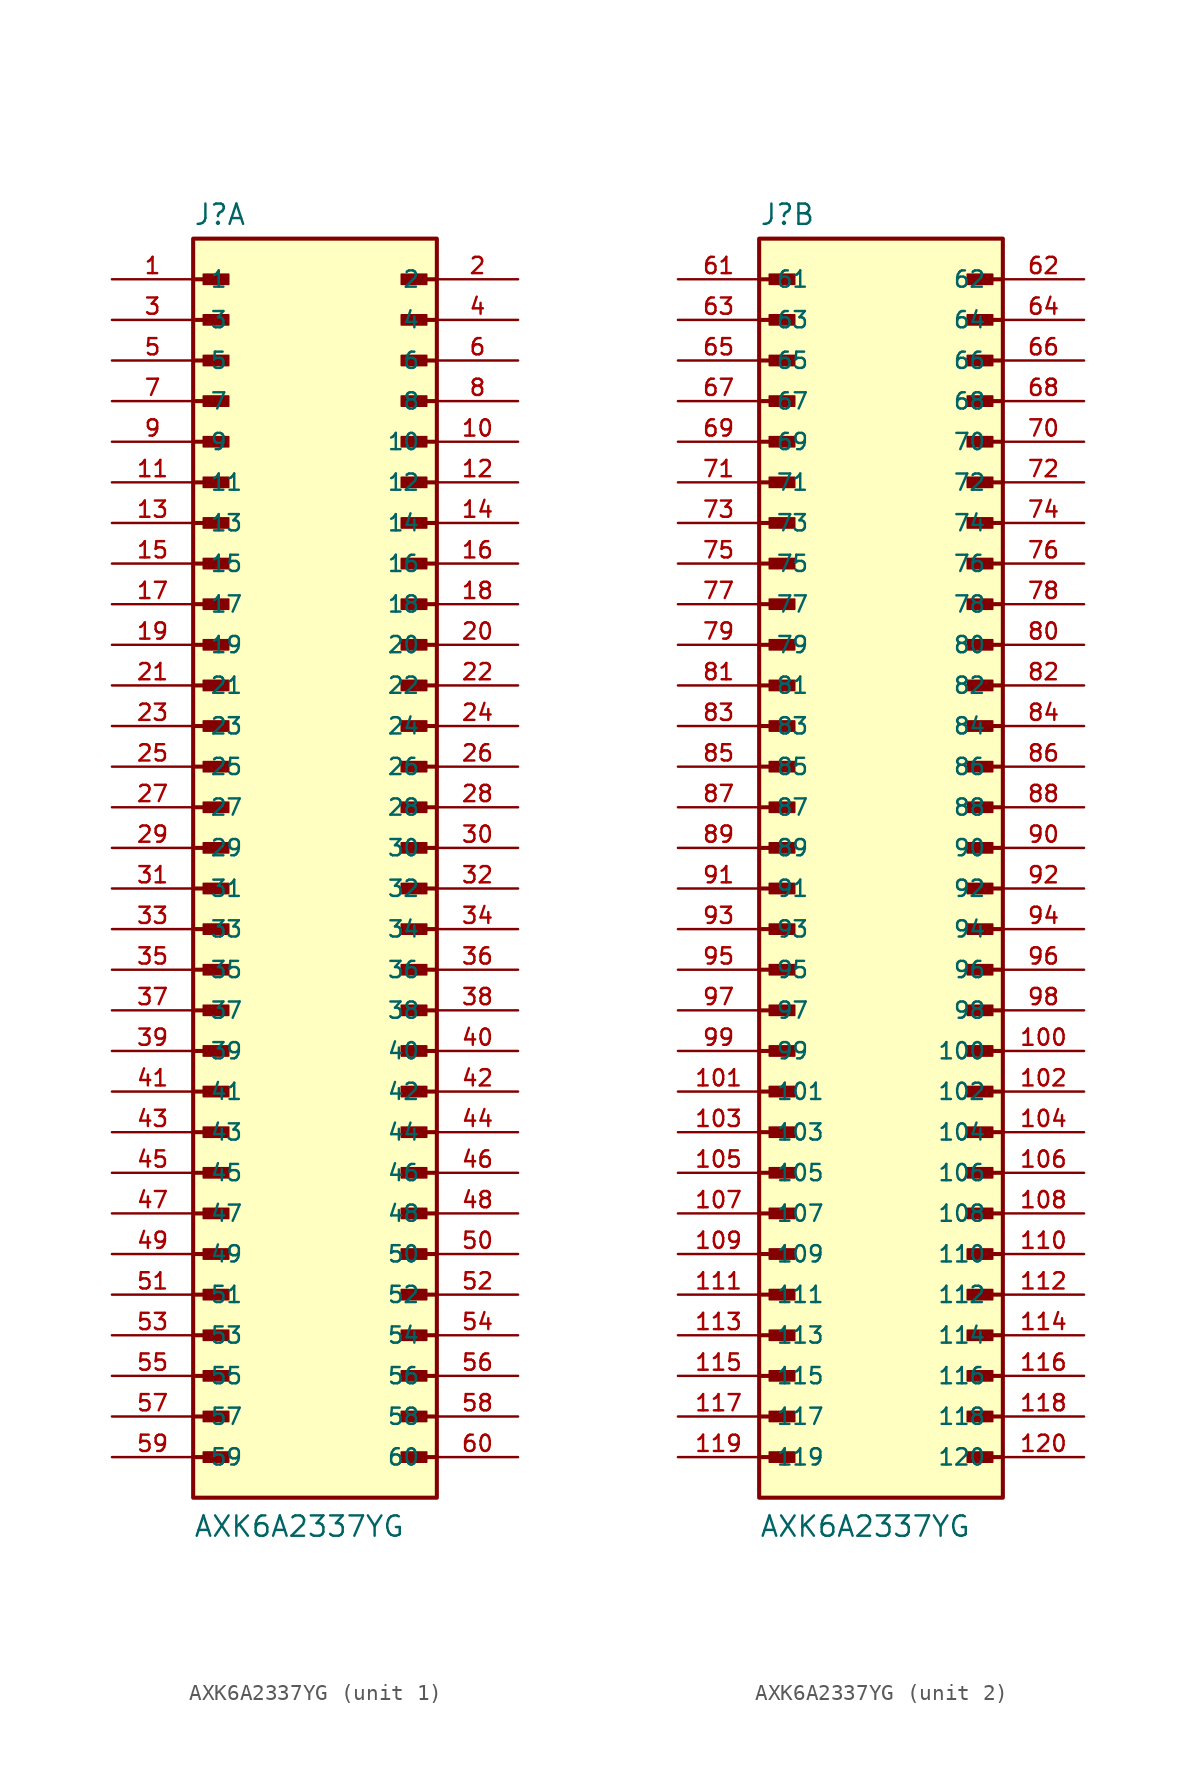
<source format=kicad_sym>
(kicad_symbol_lib
  (version 20231120)
  (generator "kicad_symbol_editor")
  (generator_version "8.0")
  (symbol "AXK6A2337YG"
    (pin_names
      (offset 1.016))
    (property "Reference" "J"
      (at -7.62 38.862 0)
      (effects (font (size 1.27 1.27)) (justify left bottom)))
    (property "Value" "AXK6A2337YG"
      (at -7.62 -43.18 0)
      (effects (font (size 1.27 1.27)) (justify left bottom)))
    (symbol "AXK6A2337YG_1_0"
      (rectangle (start -7.62 -40.64) (end 7.62 38.1) (stroke (width 0.254) (type default)) (fill (type background)))
      (rectangle (start -6.985 -38.417) (end -5.397 -37.782) (stroke (width 0.1) (type default)) (fill (type outline)))
      (rectangle (start -6.985 -35.877) (end -5.397 -35.242) (stroke (width 0.1) (type default)) (fill (type outline)))
      (rectangle (start -6.985 -33.337) (end -5.397 -32.703) (stroke (width 0.1) (type default)) (fill (type outline)))
      (rectangle (start -6.985 -30.797) (end -5.397 -30.163) (stroke (width 0.1) (type default)) (fill (type outline)))
      (rectangle (start -6.985 -28.258) (end -5.397 -27.622) (stroke (width 0.1) (type default)) (fill (type outline)))
      (rectangle (start -6.985 -25.718) (end -5.397 -25.082) (stroke (width 0.1) (type default)) (fill (type outline)))
      (rectangle (start -6.985 -23.177) (end -5.397 -22.543) (stroke (width 0.1) (type default)) (fill (type outline)))
      (rectangle (start -6.985 -20.637) (end -5.397 -20.003) (stroke (width 0.1) (type default)) (fill (type outline)))
      (rectangle (start -6.985 -18.098) (end -5.397 -17.462) (stroke (width 0.1) (type default)) (fill (type outline)))
      (rectangle (start -6.985 -15.557) (end -5.397 -14.922) (stroke (width 0.1) (type default)) (fill (type outline)))
      (rectangle (start -6.985 -13.018) (end -5.397 -12.383) (stroke (width 0.1) (type default)) (fill (type outline)))
      (rectangle (start -6.985 -10.477) (end -5.397 -9.842) (stroke (width 0.1) (type default)) (fill (type outline)))
      (rectangle (start -6.985 -7.938) (end -5.397 -7.303) (stroke (width 0.1) (type default)) (fill (type outline)))
      (rectangle (start -6.985 -5.397) (end -5.397 -4.763) (stroke (width 0.1) (type default)) (fill (type outline)))
      (rectangle (start -6.985 -2.857) (end -5.397 -2.223) (stroke (width 0.1) (type default)) (fill (type outline)))
      (rectangle (start -6.985 -0.318) (end -5.397 0.318) (stroke (width 0.1) (type default)) (fill (type outline)))
      (rectangle (start -6.985 2.223) (end -5.397 2.857) (stroke (width 0.1) (type default)) (fill (type outline)))
      (rectangle (start -6.985 4.763) (end -5.397 5.397) (stroke (width 0.1) (type default)) (fill (type outline)))
      (rectangle (start -6.985 7.303) (end -5.397 7.938) (stroke (width 0.1) (type default)) (fill (type outline)))
      (rectangle (start -6.985 9.842) (end -5.397 10.477) (stroke (width 0.1) (type default)) (fill (type outline)))
      (rectangle (start -6.985 12.383) (end -5.397 13.018) (stroke (width 0.1) (type default)) (fill (type outline)))
      (rectangle (start -6.985 14.922) (end -5.397 15.557) (stroke (width 0.1) (type default)) (fill (type outline)))
      (rectangle (start -6.985 17.462) (end -5.397 18.098) (stroke (width 0.1) (type default)) (fill (type outline)))
      (rectangle (start -6.985 20.003) (end -5.397 20.637) (stroke (width 0.1) (type default)) (fill (type outline)))
      (rectangle (start -6.985 22.543) (end -5.397 23.177) (stroke (width 0.1) (type default)) (fill (type outline)))
      (rectangle (start -6.985 25.082) (end -5.397 25.718) (stroke (width 0.1) (type default)) (fill (type outline)))
      (rectangle (start -6.985 27.622) (end -5.397 28.258) (stroke (width 0.1) (type default)) (fill (type outline)))
      (rectangle (start -6.985 30.163) (end -5.397 30.797) (stroke (width 0.1) (type default)) (fill (type outline)))
      (rectangle (start -6.985 32.703) (end -5.397 33.337) (stroke (width 0.1) (type default)) (fill (type outline)))
      (rectangle (start -6.985 35.242) (end -5.397 35.877) (stroke (width 0.1) (type default)) (fill (type outline)))
      (polyline (pts (xy -7.62 -38.1) (xy -5.715 -38.1)) (stroke (width 0.254) (type default)) (fill (type none)))
      (polyline (pts (xy -7.62 -35.56) (xy -5.715 -35.56)) (stroke (width 0.254) (type default)) (fill (type none)))
      (polyline (pts (xy -7.62 -33.02) (xy -5.715 -33.02)) (stroke (width 0.254) (type default)) (fill (type none)))
      (polyline (pts (xy -7.62 -30.48) (xy -5.715 -30.48)) (stroke (width 0.254) (type default)) (fill (type none)))
      (polyline (pts (xy -7.62 -27.94) (xy -5.715 -27.94)) (stroke (width 0.254) (type default)) (fill (type none)))
      (polyline (pts (xy -7.62 -25.4) (xy -5.715 -25.4)) (stroke (width 0.254) (type default)) (fill (type none)))
      (polyline (pts (xy -7.62 -22.86) (xy -5.715 -22.86)) (stroke (width 0.254) (type default)) (fill (type none)))
      (polyline (pts (xy -7.62 -20.32) (xy -5.715 -20.32)) (stroke (width 0.254) (type default)) (fill (type none)))
      (polyline (pts (xy -7.62 -17.78) (xy -5.715 -17.78)) (stroke (width 0.254) (type default)) (fill (type none)))
      (polyline (pts (xy -7.62 -15.24) (xy -5.715 -15.24)) (stroke (width 0.254) (type default)) (fill (type none)))
      (polyline (pts (xy -7.62 -12.7) (xy -5.715 -12.7)) (stroke (width 0.254) (type default)) (fill (type none)))
      (polyline (pts (xy -7.62 -10.16) (xy -5.715 -10.16)) (stroke (width 0.254) (type default)) (fill (type none)))
      (polyline (pts (xy -7.62 -7.62) (xy -5.715 -7.62)) (stroke (width 0.254) (type default)) (fill (type none)))
      (polyline (pts (xy -7.62 -5.08) (xy -5.715 -5.08)) (stroke (width 0.254) (type default)) (fill (type none)))
      (polyline (pts (xy -7.62 -2.54) (xy -5.715 -2.54)) (stroke (width 0.254) (type default)) (fill (type none)))
      (polyline (pts (xy -7.62 0) (xy -5.715 0)) (stroke (width 0.254) (type default)) (fill (type none)))
      (polyline (pts (xy -7.62 2.54) (xy -5.715 2.54)) (stroke (width 0.254) (type default)) (fill (type none)))
      (polyline (pts (xy -7.62 5.08) (xy -5.715 5.08)) (stroke (width 0.254) (type default)) (fill (type none)))
      (polyline (pts (xy -7.62 7.62) (xy -5.715 7.62)) (stroke (width 0.254) (type default)) (fill (type none)))
      (polyline (pts (xy -7.62 10.16) (xy -5.715 10.16)) (stroke (width 0.254) (type default)) (fill (type none)))
      (polyline (pts (xy -7.62 12.7) (xy -5.715 12.7)) (stroke (width 0.254) (type default)) (fill (type none)))
      (polyline (pts (xy -7.62 15.24) (xy -5.715 15.24)) (stroke (width 0.254) (type default)) (fill (type none)))
      (polyline (pts (xy -7.62 17.78) (xy -5.715 17.78)) (stroke (width 0.254) (type default)) (fill (type none)))
      (polyline (pts (xy -7.62 20.32) (xy -5.715 20.32)) (stroke (width 0.254) (type default)) (fill (type none)))
      (polyline (pts (xy -7.62 22.86) (xy -5.715 22.86)) (stroke (width 0.254) (type default)) (fill (type none)))
      (polyline (pts (xy -7.62 25.4) (xy -5.715 25.4)) (stroke (width 0.254) (type default)) (fill (type none)))
      (polyline (pts (xy -7.62 27.94) (xy -5.715 27.94)) (stroke (width 0.254) (type default)) (fill (type none)))
      (polyline (pts (xy -7.62 30.48) (xy -5.715 30.48)) (stroke (width 0.254) (type default)) (fill (type none)))
      (polyline (pts (xy -7.62 33.02) (xy -5.715 33.02)) (stroke (width 0.254) (type default)) (fill (type none)))
      (polyline (pts (xy -7.62 35.56) (xy -5.715 35.56)) (stroke (width 0.254) (type default)) (fill (type none)))
      (polyline (pts (xy 7.62 -38.1) (xy 5.715 -38.1)) (stroke (width 0.254) (type default)) (fill (type none)))
      (polyline (pts (xy 7.62 -35.56) (xy 5.715 -35.56)) (stroke (width 0.254) (type default)) (fill (type none)))
      (polyline (pts (xy 7.62 -33.02) (xy 5.715 -33.02)) (stroke (width 0.254) (type default)) (fill (type none)))
      (polyline (pts (xy 7.62 -30.48) (xy 5.715 -30.48)) (stroke (width 0.254) (type default)) (fill (type none)))
      (polyline (pts (xy 7.62 -27.94) (xy 5.715 -27.94)) (stroke (width 0.254) (type default)) (fill (type none)))
      (polyline (pts (xy 7.62 -25.4) (xy 5.715 -25.4)) (stroke (width 0.254) (type default)) (fill (type none)))
      (polyline (pts (xy 7.62 -22.86) (xy 5.715 -22.86)) (stroke (width 0.254) (type default)) (fill (type none)))
      (polyline (pts (xy 7.62 -20.32) (xy 5.715 -20.32)) (stroke (width 0.254) (type default)) (fill (type none)))
      (polyline (pts (xy 7.62 -17.78) (xy 5.715 -17.78)) (stroke (width 0.254) (type default)) (fill (type none)))
      (polyline (pts (xy 7.62 -15.24) (xy 5.715 -15.24)) (stroke (width 0.254) (type default)) (fill (type none)))
      (polyline (pts (xy 7.62 -12.7) (xy 5.715 -12.7)) (stroke (width 0.254) (type default)) (fill (type none)))
      (polyline (pts (xy 7.62 -10.16) (xy 5.715 -10.16)) (stroke (width 0.254) (type default)) (fill (type none)))
      (polyline (pts (xy 7.62 -7.62) (xy 5.715 -7.62)) (stroke (width 0.254) (type default)) (fill (type none)))
      (polyline (pts (xy 7.62 -5.08) (xy 5.715 -5.08)) (stroke (width 0.254) (type default)) (fill (type none)))
      (polyline (pts (xy 7.62 -2.54) (xy 5.715 -2.54)) (stroke (width 0.254) (type default)) (fill (type none)))
      (polyline (pts (xy 7.62 0) (xy 5.715 0)) (stroke (width 0.254) (type default)) (fill (type none)))
      (polyline (pts (xy 7.62 2.54) (xy 5.715 2.54)) (stroke (width 0.254) (type default)) (fill (type none)))
      (polyline (pts (xy 7.62 5.08) (xy 5.715 5.08)) (stroke (width 0.254) (type default)) (fill (type none)))
      (polyline (pts (xy 7.62 7.62) (xy 5.715 7.62)) (stroke (width 0.254) (type default)) (fill (type none)))
      (polyline (pts (xy 7.62 10.16) (xy 5.715 10.16)) (stroke (width 0.254) (type default)) (fill (type none)))
      (polyline (pts (xy 7.62 12.7) (xy 5.715 12.7)) (stroke (width 0.254) (type default)) (fill (type none)))
      (polyline (pts (xy 7.62 15.24) (xy 5.715 15.24)) (stroke (width 0.254) (type default)) (fill (type none)))
      (polyline (pts (xy 7.62 17.78) (xy 5.715 17.78)) (stroke (width 0.254) (type default)) (fill (type none)))
      (polyline (pts (xy 7.62 20.32) (xy 5.715 20.32)) (stroke (width 0.254) (type default)) (fill (type none)))
      (polyline (pts (xy 7.62 22.86) (xy 5.715 22.86)) (stroke (width 0.254) (type default)) (fill (type none)))
      (polyline (pts (xy 7.62 25.4) (xy 5.715 25.4)) (stroke (width 0.254) (type default)) (fill (type none)))
      (polyline (pts (xy 7.62 27.94) (xy 5.715 27.94)) (stroke (width 0.254) (type default)) (fill (type none)))
      (polyline (pts (xy 7.62 30.48) (xy 5.715 30.48)) (stroke (width 0.254) (type default)) (fill (type none)))
      (polyline (pts (xy 7.62 33.02) (xy 5.715 33.02)) (stroke (width 0.254) (type default)) (fill (type none)))
      (polyline (pts (xy 7.62 35.56) (xy 5.715 35.56)) (stroke (width 0.254) (type default)) (fill (type none)))
      (rectangle (start 5.397 -38.417) (end 6.985 -37.782) (stroke (width 0.1) (type default)) (fill (type outline)))
      (rectangle (start 5.397 -35.877) (end 6.985 -35.242) (stroke (width 0.1) (type default)) (fill (type outline)))
      (rectangle (start 5.397 -33.337) (end 6.985 -32.703) (stroke (width 0.1) (type default)) (fill (type outline)))
      (rectangle (start 5.397 -30.797) (end 6.985 -30.163) (stroke (width 0.1) (type default)) (fill (type outline)))
      (rectangle (start 5.397 -28.258) (end 6.985 -27.622) (stroke (width 0.1) (type default)) (fill (type outline)))
      (rectangle (start 5.397 -25.718) (end 6.985 -25.082) (stroke (width 0.1) (type default)) (fill (type outline)))
      (rectangle (start 5.397 -23.177) (end 6.985 -22.543) (stroke (width 0.1) (type default)) (fill (type outline)))
      (rectangle (start 5.397 -20.637) (end 6.985 -20.003) (stroke (width 0.1) (type default)) (fill (type outline)))
      (rectangle (start 5.397 -18.098) (end 6.985 -17.462) (stroke (width 0.1) (type default)) (fill (type outline)))
      (rectangle (start 5.397 -15.557) (end 6.985 -14.922) (stroke (width 0.1) (type default)) (fill (type outline)))
      (rectangle (start 5.397 -13.018) (end 6.985 -12.383) (stroke (width 0.1) (type default)) (fill (type outline)))
      (rectangle (start 5.397 -10.477) (end 6.985 -9.842) (stroke (width 0.1) (type default)) (fill (type outline)))
      (rectangle (start 5.397 -7.938) (end 6.985 -7.303) (stroke (width 0.1) (type default)) (fill (type outline)))
      (rectangle (start 5.397 -5.397) (end 6.985 -4.763) (stroke (width 0.1) (type default)) (fill (type outline)))
      (rectangle (start 5.397 -2.857) (end 6.985 -2.223) (stroke (width 0.1) (type default)) (fill (type outline)))
      (rectangle (start 5.397 -0.318) (end 6.985 0.318) (stroke (width 0.1) (type default)) (fill (type outline)))
      (rectangle (start 5.397 2.223) (end 6.985 2.857) (stroke (width 0.1) (type default)) (fill (type outline)))
      (rectangle (start 5.397 4.763) (end 6.985 5.397) (stroke (width 0.1) (type default)) (fill (type outline)))
      (rectangle (start 5.397 7.303) (end 6.985 7.938) (stroke (width 0.1) (type default)) (fill (type outline)))
      (rectangle (start 5.397 9.842) (end 6.985 10.477) (stroke (width 0.1) (type default)) (fill (type outline)))
      (rectangle (start 5.397 12.383) (end 6.985 13.018) (stroke (width 0.1) (type default)) (fill (type outline)))
      (rectangle (start 5.397 14.922) (end 6.985 15.557) (stroke (width 0.1) (type default)) (fill (type outline)))
      (rectangle (start 5.397 17.462) (end 6.985 18.098) (stroke (width 0.1) (type default)) (fill (type outline)))
      (rectangle (start 5.397 20.003) (end 6.985 20.637) (stroke (width 0.1) (type default)) (fill (type outline)))
      (rectangle (start 5.397 22.543) (end 6.985 23.177) (stroke (width 0.1) (type default)) (fill (type outline)))
      (rectangle (start 5.397 25.082) (end 6.985 25.718) (stroke (width 0.1) (type default)) (fill (type outline)))
      (rectangle (start 5.397 27.622) (end 6.985 28.258) (stroke (width 0.1) (type default)) (fill (type outline)))
      (rectangle (start 5.397 30.163) (end 6.985 30.797) (stroke (width 0.1) (type default)) (fill (type outline)))
      (rectangle (start 5.397 32.703) (end 6.985 33.337) (stroke (width 0.1) (type default)) (fill (type outline)))
      (rectangle (start 5.397 35.242) (end 6.985 35.877) (stroke (width 0.1) (type default)) (fill (type outline)))
      (pin passive line (at -12.7 35.56 0) (length 5.08) (name "1" (effects (font (size 1.016 1.016)))) (number "1" (effects (font (size 1.016 1.016)))))
      (pin passive line (at 12.7 25.4 180) (length 5.08) (name "10" (effects (font (size 1.016 1.016)))) (number "10" (effects (font (size 1.016 1.016)))))
      (pin passive line (at -12.7 22.86 0) (length 5.08) (name "11" (effects (font (size 1.016 1.016)))) (number "11" (effects (font (size 1.016 1.016)))))
      (pin passive line (at 12.7 22.86 180) (length 5.08) (name "12" (effects (font (size 1.016 1.016)))) (number "12" (effects (font (size 1.016 1.016)))))
      (pin passive line (at -12.7 20.32 0) (length 5.08) (name "13" (effects (font (size 1.016 1.016)))) (number "13" (effects (font (size 1.016 1.016)))))
      (pin passive line (at 12.7 20.32 180) (length 5.08) (name "14" (effects (font (size 1.016 1.016)))) (number "14" (effects (font (size 1.016 1.016)))))
      (pin passive line (at -12.7 17.78 0) (length 5.08) (name "15" (effects (font (size 1.016 1.016)))) (number "15" (effects (font (size 1.016 1.016)))))
      (pin passive line (at 12.7 17.78 180) (length 5.08) (name "16" (effects (font (size 1.016 1.016)))) (number "16" (effects (font (size 1.016 1.016)))))
      (pin passive line (at -12.7 15.24 0) (length 5.08) (name "17" (effects (font (size 1.016 1.016)))) (number "17" (effects (font (size 1.016 1.016)))))
      (pin passive line (at 12.7 15.24 180) (length 5.08) (name "18" (effects (font (size 1.016 1.016)))) (number "18" (effects (font (size 1.016 1.016)))))
      (pin passive line (at -12.7 12.7 0) (length 5.08) (name "19" (effects (font (size 1.016 1.016)))) (number "19" (effects (font (size 1.016 1.016)))))
      (pin passive line (at 12.7 35.56 180) (length 5.08) (name "2" (effects (font (size 1.016 1.016)))) (number "2" (effects (font (size 1.016 1.016)))))
      (pin passive line (at 12.7 12.7 180) (length 5.08) (name "20" (effects (font (size 1.016 1.016)))) (number "20" (effects (font (size 1.016 1.016)))))
      (pin passive line (at -12.7 10.16 0) (length 5.08) (name "21" (effects (font (size 1.016 1.016)))) (number "21" (effects (font (size 1.016 1.016)))))
      (pin passive line (at 12.7 10.16 180) (length 5.08) (name "22" (effects (font (size 1.016 1.016)))) (number "22" (effects (font (size 1.016 1.016)))))
      (pin passive line (at -12.7 7.62 0) (length 5.08) (name "23" (effects (font (size 1.016 1.016)))) (number "23" (effects (font (size 1.016 1.016)))))
      (pin passive line (at 12.7 7.62 180) (length 5.08) (name "24" (effects (font (size 1.016 1.016)))) (number "24" (effects (font (size 1.016 1.016)))))
      (pin passive line (at -12.7 5.08 0) (length 5.08) (name "25" (effects (font (size 1.016 1.016)))) (number "25" (effects (font (size 1.016 1.016)))))
      (pin passive line (at 12.7 5.08 180) (length 5.08) (name "26" (effects (font (size 1.016 1.016)))) (number "26" (effects (font (size 1.016 1.016)))))
      (pin passive line (at -12.7 2.54 0) (length 5.08) (name "27" (effects (font (size 1.016 1.016)))) (number "27" (effects (font (size 1.016 1.016)))))
      (pin passive line (at 12.7 2.54 180) (length 5.08) (name "28" (effects (font (size 1.016 1.016)))) (number "28" (effects (font (size 1.016 1.016)))))
      (pin passive line (at -12.7 0 0) (length 5.08) (name "29" (effects (font (size 1.016 1.016)))) (number "29" (effects (font (size 1.016 1.016)))))
      (pin passive line (at -12.7 33.02 0) (length 5.08) (name "3" (effects (font (size 1.016 1.016)))) (number "3" (effects (font (size 1.016 1.016)))))
      (pin passive line (at 12.7 0 180) (length 5.08) (name "30" (effects (font (size 1.016 1.016)))) (number "30" (effects (font (size 1.016 1.016)))))
      (pin passive line (at -12.7 -2.54 0) (length 5.08) (name "31" (effects (font (size 1.016 1.016)))) (number "31" (effects (font (size 1.016 1.016)))))
      (pin passive line (at 12.7 -2.54 180) (length 5.08) (name "32" (effects (font (size 1.016 1.016)))) (number "32" (effects (font (size 1.016 1.016)))))
      (pin passive line (at -12.7 -5.08 0) (length 5.08) (name "33" (effects (font (size 1.016 1.016)))) (number "33" (effects (font (size 1.016 1.016)))))
      (pin passive line (at 12.7 -5.08 180) (length 5.08) (name "34" (effects (font (size 1.016 1.016)))) (number "34" (effects (font (size 1.016 1.016)))))
      (pin passive line (at -12.7 -7.62 0) (length 5.08) (name "35" (effects (font (size 1.016 1.016)))) (number "35" (effects (font (size 1.016 1.016)))))
      (pin passive line (at 12.7 -7.62 180) (length 5.08) (name "36" (effects (font (size 1.016 1.016)))) (number "36" (effects (font (size 1.016 1.016)))))
      (pin passive line (at -12.7 -10.16 0) (length 5.08) (name "37" (effects (font (size 1.016 1.016)))) (number "37" (effects (font (size 1.016 1.016)))))
      (pin passive line (at 12.7 -10.16 180) (length 5.08) (name "38" (effects (font (size 1.016 1.016)))) (number "38" (effects (font (size 1.016 1.016)))))
      (pin passive line (at -12.7 -12.7 0) (length 5.08) (name "39" (effects (font (size 1.016 1.016)))) (number "39" (effects (font (size 1.016 1.016)))))
      (pin passive line (at 12.7 33.02 180) (length 5.08) (name "4" (effects (font (size 1.016 1.016)))) (number "4" (effects (font (size 1.016 1.016)))))
      (pin passive line (at 12.7 -12.7 180) (length 5.08) (name "40" (effects (font (size 1.016 1.016)))) (number "40" (effects (font (size 1.016 1.016)))))
      (pin passive line (at -12.7 -15.24 0) (length 5.08) (name "41" (effects (font (size 1.016 1.016)))) (number "41" (effects (font (size 1.016 1.016)))))
      (pin passive line (at 12.7 -15.24 180) (length 5.08) (name "42" (effects (font (size 1.016 1.016)))) (number "42" (effects (font (size 1.016 1.016)))))
      (pin passive line (at -12.7 -17.78 0) (length 5.08) (name "43" (effects (font (size 1.016 1.016)))) (number "43" (effects (font (size 1.016 1.016)))))
      (pin passive line (at 12.7 -17.78 180) (length 5.08) (name "44" (effects (font (size 1.016 1.016)))) (number "44" (effects (font (size 1.016 1.016)))))
      (pin passive line (at -12.7 -20.32 0) (length 5.08) (name "45" (effects (font (size 1.016 1.016)))) (number "45" (effects (font (size 1.016 1.016)))))
      (pin passive line (at 12.7 -20.32 180) (length 5.08) (name "46" (effects (font (size 1.016 1.016)))) (number "46" (effects (font (size 1.016 1.016)))))
      (pin passive line (at -12.7 -22.86 0) (length 5.08) (name "47" (effects (font (size 1.016 1.016)))) (number "47" (effects (font (size 1.016 1.016)))))
      (pin passive line (at 12.7 -22.86 180) (length 5.08) (name "48" (effects (font (size 1.016 1.016)))) (number "48" (effects (font (size 1.016 1.016)))))
      (pin passive line (at -12.7 -25.4 0) (length 5.08) (name "49" (effects (font (size 1.016 1.016)))) (number "49" (effects (font (size 1.016 1.016)))))
      (pin passive line (at -12.7 30.48 0) (length 5.08) (name "5" (effects (font (size 1.016 1.016)))) (number "5" (effects (font (size 1.016 1.016)))))
      (pin passive line (at 12.7 -25.4 180) (length 5.08) (name "50" (effects (font (size 1.016 1.016)))) (number "50" (effects (font (size 1.016 1.016)))))
      (pin passive line (at -12.7 -27.94 0) (length 5.08) (name "51" (effects (font (size 1.016 1.016)))) (number "51" (effects (font (size 1.016 1.016)))))
      (pin passive line (at 12.7 -27.94 180) (length 5.08) (name "52" (effects (font (size 1.016 1.016)))) (number "52" (effects (font (size 1.016 1.016)))))
      (pin passive line (at -12.7 -30.48 0) (length 5.08) (name "53" (effects (font (size 1.016 1.016)))) (number "53" (effects (font (size 1.016 1.016)))))
      (pin passive line (at 12.7 -30.48 180) (length 5.08) (name "54" (effects (font (size 1.016 1.016)))) (number "54" (effects (font (size 1.016 1.016)))))
      (pin passive line (at -12.7 -33.02 0) (length 5.08) (name "55" (effects (font (size 1.016 1.016)))) (number "55" (effects (font (size 1.016 1.016)))))
      (pin passive line (at 12.7 -33.02 180) (length 5.08) (name "56" (effects (font (size 1.016 1.016)))) (number "56" (effects (font (size 1.016 1.016)))))
      (pin passive line (at -12.7 -35.56 0) (length 5.08) (name "57" (effects (font (size 1.016 1.016)))) (number "57" (effects (font (size 1.016 1.016)))))
      (pin passive line (at 12.7 -35.56 180) (length 5.08) (name "58" (effects (font (size 1.016 1.016)))) (number "58" (effects (font (size 1.016 1.016)))))
      (pin passive line (at -12.7 -38.1 0) (length 5.08) (name "59" (effects (font (size 1.016 1.016)))) (number "59" (effects (font (size 1.016 1.016)))))
      (pin passive line (at 12.7 30.48 180) (length 5.08) (name "6" (effects (font (size 1.016 1.016)))) (number "6" (effects (font (size 1.016 1.016)))))
      (pin passive line (at 12.7 -38.1 180) (length 5.08) (name "60" (effects (font (size 1.016 1.016)))) (number "60" (effects (font (size 1.016 1.016)))))
      (pin passive line (at -12.7 27.94 0) (length 5.08) (name "7" (effects (font (size 1.016 1.016)))) (number "7" (effects (font (size 1.016 1.016)))))
      (pin passive line (at 12.7 27.94 180) (length 5.08) (name "8" (effects (font (size 1.016 1.016)))) (number "8" (effects (font (size 1.016 1.016)))))
      (pin passive line (at -12.7 25.4 0) (length 5.08) (name "9" (effects (font (size 1.016 1.016)))) (number "9" (effects (font (size 1.016 1.016))))))
    (symbol "AXK6A2337YG_2_0"
      (rectangle (start -7.62 -40.64) (end 7.62 38.1) (stroke (width 0.254) (type default)) (fill (type background)))
      (rectangle (start -6.985 -38.417) (end -5.397 -37.782) (stroke (width 0.1) (type default)) (fill (type outline)))
      (rectangle (start -6.985 -35.877) (end -5.397 -35.242) (stroke (width 0.1) (type default)) (fill (type outline)))
      (rectangle (start -6.985 -33.337) (end -5.397 -32.703) (stroke (width 0.1) (type default)) (fill (type outline)))
      (rectangle (start -6.985 -30.797) (end -5.397 -30.163) (stroke (width 0.1) (type default)) (fill (type outline)))
      (rectangle (start -6.985 -28.258) (end -5.397 -27.622) (stroke (width 0.1) (type default)) (fill (type outline)))
      (rectangle (start -6.985 -25.718) (end -5.397 -25.082) (stroke (width 0.1) (type default)) (fill (type outline)))
      (rectangle (start -6.985 -23.177) (end -5.397 -22.543) (stroke (width 0.1) (type default)) (fill (type outline)))
      (rectangle (start -6.985 -20.637) (end -5.397 -20.003) (stroke (width 0.1) (type default)) (fill (type outline)))
      (rectangle (start -6.985 -18.098) (end -5.397 -17.462) (stroke (width 0.1) (type default)) (fill (type outline)))
      (rectangle (start -6.985 -15.557) (end -5.397 -14.922) (stroke (width 0.1) (type default)) (fill (type outline)))
      (rectangle (start -6.985 -13.018) (end -5.397 -12.383) (stroke (width 0.1) (type default)) (fill (type outline)))
      (rectangle (start -6.985 -10.477) (end -5.397 -9.842) (stroke (width 0.1) (type default)) (fill (type outline)))
      (rectangle (start -6.985 -7.938) (end -5.397 -7.303) (stroke (width 0.1) (type default)) (fill (type outline)))
      (rectangle (start -6.985 -5.397) (end -5.397 -4.763) (stroke (width 0.1) (type default)) (fill (type outline)))
      (rectangle (start -6.985 -2.857) (end -5.397 -2.223) (stroke (width 0.1) (type default)) (fill (type outline)))
      (rectangle (start -6.985 -0.318) (end -5.397 0.318) (stroke (width 0.1) (type default)) (fill (type outline)))
      (rectangle (start -6.985 2.223) (end -5.397 2.857) (stroke (width 0.1) (type default)) (fill (type outline)))
      (rectangle (start -6.985 4.763) (end -5.397 5.397) (stroke (width 0.1) (type default)) (fill (type outline)))
      (rectangle (start -6.985 7.303) (end -5.397 7.938) (stroke (width 0.1) (type default)) (fill (type outline)))
      (rectangle (start -6.985 9.842) (end -5.397 10.477) (stroke (width 0.1) (type default)) (fill (type outline)))
      (rectangle (start -6.985 12.383) (end -5.397 13.018) (stroke (width 0.1) (type default)) (fill (type outline)))
      (rectangle (start -6.985 14.922) (end -5.397 15.557) (stroke (width 0.1) (type default)) (fill (type outline)))
      (rectangle (start -6.985 17.462) (end -5.397 18.098) (stroke (width 0.1) (type default)) (fill (type outline)))
      (rectangle (start -6.985 20.003) (end -5.397 20.637) (stroke (width 0.1) (type default)) (fill (type outline)))
      (rectangle (start -6.985 22.543) (end -5.397 23.177) (stroke (width 0.1) (type default)) (fill (type outline)))
      (rectangle (start -6.985 25.082) (end -5.397 25.718) (stroke (width 0.1) (type default)) (fill (type outline)))
      (rectangle (start -6.985 27.622) (end -5.397 28.258) (stroke (width 0.1) (type default)) (fill (type outline)))
      (rectangle (start -6.985 30.163) (end -5.397 30.797) (stroke (width 0.1) (type default)) (fill (type outline)))
      (rectangle (start -6.985 32.703) (end -5.397 33.337) (stroke (width 0.1) (type default)) (fill (type outline)))
      (rectangle (start -6.985 35.242) (end -5.397 35.877) (stroke (width 0.1) (type default)) (fill (type outline)))
      (polyline (pts (xy -7.62 -38.1) (xy -5.715 -38.1)) (stroke (width 0.254) (type default)) (fill (type none)))
      (polyline (pts (xy -7.62 -35.56) (xy -5.715 -35.56)) (stroke (width 0.254) (type default)) (fill (type none)))
      (polyline (pts (xy -7.62 -33.02) (xy -5.715 -33.02)) (stroke (width 0.254) (type default)) (fill (type none)))
      (polyline (pts (xy -7.62 -30.48) (xy -5.715 -30.48)) (stroke (width 0.254) (type default)) (fill (type none)))
      (polyline (pts (xy -7.62 -27.94) (xy -5.715 -27.94)) (stroke (width 0.254) (type default)) (fill (type none)))
      (polyline (pts (xy -7.62 -25.4) (xy -5.715 -25.4)) (stroke (width 0.254) (type default)) (fill (type none)))
      (polyline (pts (xy -7.62 -22.86) (xy -5.715 -22.86)) (stroke (width 0.254) (type default)) (fill (type none)))
      (polyline (pts (xy -7.62 -20.32) (xy -5.715 -20.32)) (stroke (width 0.254) (type default)) (fill (type none)))
      (polyline (pts (xy -7.62 -17.78) (xy -5.715 -17.78)) (stroke (width 0.254) (type default)) (fill (type none)))
      (polyline (pts (xy -7.62 -15.24) (xy -5.715 -15.24)) (stroke (width 0.254) (type default)) (fill (type none)))
      (polyline (pts (xy -7.62 -12.7) (xy -5.715 -12.7)) (stroke (width 0.254) (type default)) (fill (type none)))
      (polyline (pts (xy -7.62 -10.16) (xy -5.715 -10.16)) (stroke (width 0.254) (type default)) (fill (type none)))
      (polyline (pts (xy -7.62 -7.62) (xy -5.715 -7.62)) (stroke (width 0.254) (type default)) (fill (type none)))
      (polyline (pts (xy -7.62 -5.08) (xy -5.715 -5.08)) (stroke (width 0.254) (type default)) (fill (type none)))
      (polyline (pts (xy -7.62 -2.54) (xy -5.715 -2.54)) (stroke (width 0.254) (type default)) (fill (type none)))
      (polyline (pts (xy -7.62 0) (xy -5.715 0)) (stroke (width 0.254) (type default)) (fill (type none)))
      (polyline (pts (xy -7.62 2.54) (xy -5.715 2.54)) (stroke (width 0.254) (type default)) (fill (type none)))
      (polyline (pts (xy -7.62 5.08) (xy -5.715 5.08)) (stroke (width 0.254) (type default)) (fill (type none)))
      (polyline (pts (xy -7.62 7.62) (xy -5.715 7.62)) (stroke (width 0.254) (type default)) (fill (type none)))
      (polyline (pts (xy -7.62 10.16) (xy -5.715 10.16)) (stroke (width 0.254) (type default)) (fill (type none)))
      (polyline (pts (xy -7.62 12.7) (xy -5.715 12.7)) (stroke (width 0.254) (type default)) (fill (type none)))
      (polyline (pts (xy -7.62 15.24) (xy -5.715 15.24)) (stroke (width 0.254) (type default)) (fill (type none)))
      (polyline (pts (xy -7.62 17.78) (xy -5.715 17.78)) (stroke (width 0.254) (type default)) (fill (type none)))
      (polyline (pts (xy -7.62 20.32) (xy -5.715 20.32)) (stroke (width 0.254) (type default)) (fill (type none)))
      (polyline (pts (xy -7.62 22.86) (xy -5.715 22.86)) (stroke (width 0.254) (type default)) (fill (type none)))
      (polyline (pts (xy -7.62 25.4) (xy -5.715 25.4)) (stroke (width 0.254) (type default)) (fill (type none)))
      (polyline (pts (xy -7.62 27.94) (xy -5.715 27.94)) (stroke (width 0.254) (type default)) (fill (type none)))
      (polyline (pts (xy -7.62 30.48) (xy -5.715 30.48)) (stroke (width 0.254) (type default)) (fill (type none)))
      (polyline (pts (xy -7.62 33.02) (xy -5.715 33.02)) (stroke (width 0.254) (type default)) (fill (type none)))
      (polyline (pts (xy -7.62 35.56) (xy -5.715 35.56)) (stroke (width 0.254) (type default)) (fill (type none)))
      (polyline (pts (xy 7.62 -38.1) (xy 5.715 -38.1)) (stroke (width 0.254) (type default)) (fill (type none)))
      (polyline (pts (xy 7.62 -35.56) (xy 5.715 -35.56)) (stroke (width 0.254) (type default)) (fill (type none)))
      (polyline (pts (xy 7.62 -33.02) (xy 5.715 -33.02)) (stroke (width 0.254) (type default)) (fill (type none)))
      (polyline (pts (xy 7.62 -30.48) (xy 5.715 -30.48)) (stroke (width 0.254) (type default)) (fill (type none)))
      (polyline (pts (xy 7.62 -27.94) (xy 5.715 -27.94)) (stroke (width 0.254) (type default)) (fill (type none)))
      (polyline (pts (xy 7.62 -25.4) (xy 5.715 -25.4)) (stroke (width 0.254) (type default)) (fill (type none)))
      (polyline (pts (xy 7.62 -22.86) (xy 5.715 -22.86)) (stroke (width 0.254) (type default)) (fill (type none)))
      (polyline (pts (xy 7.62 -20.32) (xy 5.715 -20.32)) (stroke (width 0.254) (type default)) (fill (type none)))
      (polyline (pts (xy 7.62 -17.78) (xy 5.715 -17.78)) (stroke (width 0.254) (type default)) (fill (type none)))
      (polyline (pts (xy 7.62 -15.24) (xy 5.715 -15.24)) (stroke (width 0.254) (type default)) (fill (type none)))
      (polyline (pts (xy 7.62 -12.7) (xy 5.715 -12.7)) (stroke (width 0.254) (type default)) (fill (type none)))
      (polyline (pts (xy 7.62 -10.16) (xy 5.715 -10.16)) (stroke (width 0.254) (type default)) (fill (type none)))
      (polyline (pts (xy 7.62 -7.62) (xy 5.715 -7.62)) (stroke (width 0.254) (type default)) (fill (type none)))
      (polyline (pts (xy 7.62 -5.08) (xy 5.715 -5.08)) (stroke (width 0.254) (type default)) (fill (type none)))
      (polyline (pts (xy 7.62 -2.54) (xy 5.715 -2.54)) (stroke (width 0.254) (type default)) (fill (type none)))
      (polyline (pts (xy 7.62 0) (xy 5.715 0)) (stroke (width 0.254) (type default)) (fill (type none)))
      (polyline (pts (xy 7.62 2.54) (xy 5.715 2.54)) (stroke (width 0.254) (type default)) (fill (type none)))
      (polyline (pts (xy 7.62 5.08) (xy 5.715 5.08)) (stroke (width 0.254) (type default)) (fill (type none)))
      (polyline (pts (xy 7.62 7.62) (xy 5.715 7.62)) (stroke (width 0.254) (type default)) (fill (type none)))
      (polyline (pts (xy 7.62 10.16) (xy 5.715 10.16)) (stroke (width 0.254) (type default)) (fill (type none)))
      (polyline (pts (xy 7.62 12.7) (xy 5.715 12.7)) (stroke (width 0.254) (type default)) (fill (type none)))
      (polyline (pts (xy 7.62 15.24) (xy 5.715 15.24)) (stroke (width 0.254) (type default)) (fill (type none)))
      (polyline (pts (xy 7.62 17.78) (xy 5.715 17.78)) (stroke (width 0.254) (type default)) (fill (type none)))
      (polyline (pts (xy 7.62 20.32) (xy 5.715 20.32)) (stroke (width 0.254) (type default)) (fill (type none)))
      (polyline (pts (xy 7.62 22.86) (xy 5.715 22.86)) (stroke (width 0.254) (type default)) (fill (type none)))
      (polyline (pts (xy 7.62 25.4) (xy 5.715 25.4)) (stroke (width 0.254) (type default)) (fill (type none)))
      (polyline (pts (xy 7.62 27.94) (xy 5.715 27.94)) (stroke (width 0.254) (type default)) (fill (type none)))
      (polyline (pts (xy 7.62 30.48) (xy 5.715 30.48)) (stroke (width 0.254) (type default)) (fill (type none)))
      (polyline (pts (xy 7.62 33.02) (xy 5.715 33.02)) (stroke (width 0.254) (type default)) (fill (type none)))
      (polyline (pts (xy 7.62 35.56) (xy 5.715 35.56)) (stroke (width 0.254) (type default)) (fill (type none)))
      (rectangle (start 5.397 -38.417) (end 6.985 -37.782) (stroke (width 0.1) (type default)) (fill (type outline)))
      (rectangle (start 5.397 -35.877) (end 6.985 -35.242) (stroke (width 0.1) (type default)) (fill (type outline)))
      (rectangle (start 5.397 -33.337) (end 6.985 -32.703) (stroke (width 0.1) (type default)) (fill (type outline)))
      (rectangle (start 5.397 -30.797) (end 6.985 -30.163) (stroke (width 0.1) (type default)) (fill (type outline)))
      (rectangle (start 5.397 -28.258) (end 6.985 -27.622) (stroke (width 0.1) (type default)) (fill (type outline)))
      (rectangle (start 5.397 -25.718) (end 6.985 -25.082) (stroke (width 0.1) (type default)) (fill (type outline)))
      (rectangle (start 5.397 -23.177) (end 6.985 -22.543) (stroke (width 0.1) (type default)) (fill (type outline)))
      (rectangle (start 5.397 -20.637) (end 6.985 -20.003) (stroke (width 0.1) (type default)) (fill (type outline)))
      (rectangle (start 5.397 -18.098) (end 6.985 -17.462) (stroke (width 0.1) (type default)) (fill (type outline)))
      (rectangle (start 5.397 -15.557) (end 6.985 -14.922) (stroke (width 0.1) (type default)) (fill (type outline)))
      (rectangle (start 5.397 -13.018) (end 6.985 -12.383) (stroke (width 0.1) (type default)) (fill (type outline)))
      (rectangle (start 5.397 -10.477) (end 6.985 -9.842) (stroke (width 0.1) (type default)) (fill (type outline)))
      (rectangle (start 5.397 -7.938) (end 6.985 -7.303) (stroke (width 0.1) (type default)) (fill (type outline)))
      (rectangle (start 5.397 -5.397) (end 6.985 -4.763) (stroke (width 0.1) (type default)) (fill (type outline)))
      (rectangle (start 5.397 -2.857) (end 6.985 -2.223) (stroke (width 0.1) (type default)) (fill (type outline)))
      (rectangle (start 5.397 -0.318) (end 6.985 0.318) (stroke (width 0.1) (type default)) (fill (type outline)))
      (rectangle (start 5.397 2.223) (end 6.985 2.857) (stroke (width 0.1) (type default)) (fill (type outline)))
      (rectangle (start 5.397 4.763) (end 6.985 5.397) (stroke (width 0.1) (type default)) (fill (type outline)))
      (rectangle (start 5.397 7.303) (end 6.985 7.938) (stroke (width 0.1) (type default)) (fill (type outline)))
      (rectangle (start 5.397 9.842) (end 6.985 10.477) (stroke (width 0.1) (type default)) (fill (type outline)))
      (rectangle (start 5.397 12.383) (end 6.985 13.018) (stroke (width 0.1) (type default)) (fill (type outline)))
      (rectangle (start 5.397 14.922) (end 6.985 15.557) (stroke (width 0.1) (type default)) (fill (type outline)))
      (rectangle (start 5.397 17.462) (end 6.985 18.098) (stroke (width 0.1) (type default)) (fill (type outline)))
      (rectangle (start 5.397 20.003) (end 6.985 20.637) (stroke (width 0.1) (type default)) (fill (type outline)))
      (rectangle (start 5.397 22.543) (end 6.985 23.177) (stroke (width 0.1) (type default)) (fill (type outline)))
      (rectangle (start 5.397 25.082) (end 6.985 25.718) (stroke (width 0.1) (type default)) (fill (type outline)))
      (rectangle (start 5.397 27.622) (end 6.985 28.258) (stroke (width 0.1) (type default)) (fill (type outline)))
      (rectangle (start 5.397 30.163) (end 6.985 30.797) (stroke (width 0.1) (type default)) (fill (type outline)))
      (rectangle (start 5.397 32.703) (end 6.985 33.337) (stroke (width 0.1) (type default)) (fill (type outline)))
      (rectangle (start 5.397 35.242) (end 6.985 35.877) (stroke (width 0.1) (type default)) (fill (type outline)))
      (pin passive line (at 12.7 -12.7 180) (length 5.08) (name "100" (effects (font (size 1.016 1.016)))) (number "100" (effects (font (size 1.016 1.016)))))
      (pin passive line (at -12.7 -15.24 0) (length 5.08) (name "101" (effects (font (size 1.016 1.016)))) (number "101" (effects (font (size 1.016 1.016)))))
      (pin passive line (at 12.7 -15.24 180) (length 5.08) (name "102" (effects (font (size 1.016 1.016)))) (number "102" (effects (font (size 1.016 1.016)))))
      (pin passive line (at -12.7 -17.78 0) (length 5.08) (name "103" (effects (font (size 1.016 1.016)))) (number "103" (effects (font (size 1.016 1.016)))))
      (pin passive line (at 12.7 -17.78 180) (length 5.08) (name "104" (effects (font (size 1.016 1.016)))) (number "104" (effects (font (size 1.016 1.016)))))
      (pin passive line (at -12.7 -20.32 0) (length 5.08) (name "105" (effects (font (size 1.016 1.016)))) (number "105" (effects (font (size 1.016 1.016)))))
      (pin passive line (at 12.7 -20.32 180) (length 5.08) (name "106" (effects (font (size 1.016 1.016)))) (number "106" (effects (font (size 1.016 1.016)))))
      (pin passive line (at -12.7 -22.86 0) (length 5.08) (name "107" (effects (font (size 1.016 1.016)))) (number "107" (effects (font (size 1.016 1.016)))))
      (pin passive line (at 12.7 -22.86 180) (length 5.08) (name "108" (effects (font (size 1.016 1.016)))) (number "108" (effects (font (size 1.016 1.016)))))
      (pin passive line (at -12.7 -25.4 0) (length 5.08) (name "109" (effects (font (size 1.016 1.016)))) (number "109" (effects (font (size 1.016 1.016)))))
      (pin passive line (at 12.7 -25.4 180) (length 5.08) (name "110" (effects (font (size 1.016 1.016)))) (number "110" (effects (font (size 1.016 1.016)))))
      (pin passive line (at -12.7 -27.94 0) (length 5.08) (name "111" (effects (font (size 1.016 1.016)))) (number "111" (effects (font (size 1.016 1.016)))))
      (pin passive line (at 12.7 -27.94 180) (length 5.08) (name "112" (effects (font (size 1.016 1.016)))) (number "112" (effects (font (size 1.016 1.016)))))
      (pin passive line (at -12.7 -30.48 0) (length 5.08) (name "113" (effects (font (size 1.016 1.016)))) (number "113" (effects (font (size 1.016 1.016)))))
      (pin passive line (at 12.7 -30.48 180) (length 5.08) (name "114" (effects (font (size 1.016 1.016)))) (number "114" (effects (font (size 1.016 1.016)))))
      (pin passive line (at -12.7 -33.02 0) (length 5.08) (name "115" (effects (font (size 1.016 1.016)))) (number "115" (effects (font (size 1.016 1.016)))))
      (pin passive line (at 12.7 -33.02 180) (length 5.08) (name "116" (effects (font (size 1.016 1.016)))) (number "116" (effects (font (size 1.016 1.016)))))
      (pin passive line (at -12.7 -35.56 0) (length 5.08) (name "117" (effects (font (size 1.016 1.016)))) (number "117" (effects (font (size 1.016 1.016)))))
      (pin passive line (at 12.7 -35.56 180) (length 5.08) (name "118" (effects (font (size 1.016 1.016)))) (number "118" (effects (font (size 1.016 1.016)))))
      (pin passive line (at -12.7 -38.1 0) (length 5.08) (name "119" (effects (font (size 1.016 1.016)))) (number "119" (effects (font (size 1.016 1.016)))))
      (pin passive line (at 12.7 -38.1 180) (length 5.08) (name "120" (effects (font (size 1.016 1.016)))) (number "120" (effects (font (size 1.016 1.016)))))
      (pin passive line (at -12.7 35.56 0) (length 5.08) (name "61" (effects (font (size 1.016 1.016)))) (number "61" (effects (font (size 1.016 1.016)))))
      (pin passive line (at 12.7 35.56 180) (length 5.08) (name "62" (effects (font (size 1.016 1.016)))) (number "62" (effects (font (size 1.016 1.016)))))
      (pin passive line (at -12.7 33.02 0) (length 5.08) (name "63" (effects (font (size 1.016 1.016)))) (number "63" (effects (font (size 1.016 1.016)))))
      (pin passive line (at 12.7 33.02 180) (length 5.08) (name "64" (effects (font (size 1.016 1.016)))) (number "64" (effects (font (size 1.016 1.016)))))
      (pin passive line (at -12.7 30.48 0) (length 5.08) (name "65" (effects (font (size 1.016 1.016)))) (number "65" (effects (font (size 1.016 1.016)))))
      (pin passive line (at 12.7 30.48 180) (length 5.08) (name "66" (effects (font (size 1.016 1.016)))) (number "66" (effects (font (size 1.016 1.016)))))
      (pin passive line (at -12.7 27.94 0) (length 5.08) (name "67" (effects (font (size 1.016 1.016)))) (number "67" (effects (font (size 1.016 1.016)))))
      (pin passive line (at 12.7 27.94 180) (length 5.08) (name "68" (effects (font (size 1.016 1.016)))) (number "68" (effects (font (size 1.016 1.016)))))
      (pin passive line (at -12.7 25.4 0) (length 5.08) (name "69" (effects (font (size 1.016 1.016)))) (number "69" (effects (font (size 1.016 1.016)))))
      (pin passive line (at 12.7 25.4 180) (length 5.08) (name "70" (effects (font (size 1.016 1.016)))) (number "70" (effects (font (size 1.016 1.016)))))
      (pin passive line (at -12.7 22.86 0) (length 5.08) (name "71" (effects (font (size 1.016 1.016)))) (number "71" (effects (font (size 1.016 1.016)))))
      (pin passive line (at 12.7 22.86 180) (length 5.08) (name "72" (effects (font (size 1.016 1.016)))) (number "72" (effects (font (size 1.016 1.016)))))
      (pin passive line (at -12.7 20.32 0) (length 5.08) (name "73" (effects (font (size 1.016 1.016)))) (number "73" (effects (font (size 1.016 1.016)))))
      (pin passive line (at 12.7 20.32 180) (length 5.08) (name "74" (effects (font (size 1.016 1.016)))) (number "74" (effects (font (size 1.016 1.016)))))
      (pin passive line (at -12.7 17.78 0) (length 5.08) (name "75" (effects (font (size 1.016 1.016)))) (number "75" (effects (font (size 1.016 1.016)))))
      (pin passive line (at 12.7 17.78 180) (length 5.08) (name "76" (effects (font (size 1.016 1.016)))) (number "76" (effects (font (size 1.016 1.016)))))
      (pin passive line (at -12.7 15.24 0) (length 5.08) (name "77" (effects (font (size 1.016 1.016)))) (number "77" (effects (font (size 1.016 1.016)))))
      (pin passive line (at 12.7 15.24 180) (length 5.08) (name "78" (effects (font (size 1.016 1.016)))) (number "78" (effects (font (size 1.016 1.016)))))
      (pin passive line (at -12.7 12.7 0) (length 5.08) (name "79" (effects (font (size 1.016 1.016)))) (number "79" (effects (font (size 1.016 1.016)))))
      (pin passive line (at 12.7 12.7 180) (length 5.08) (name "80" (effects (font (size 1.016 1.016)))) (number "80" (effects (font (size 1.016 1.016)))))
      (pin passive line (at -12.7 10.16 0) (length 5.08) (name "81" (effects (font (size 1.016 1.016)))) (number "81" (effects (font (size 1.016 1.016)))))
      (pin passive line (at 12.7 10.16 180) (length 5.08) (name "82" (effects (font (size 1.016 1.016)))) (number "82" (effects (font (size 1.016 1.016)))))
      (pin passive line (at -12.7 7.62 0) (length 5.08) (name "83" (effects (font (size 1.016 1.016)))) (number "83" (effects (font (size 1.016 1.016)))))
      (pin passive line (at 12.7 7.62 180) (length 5.08) (name "84" (effects (font (size 1.016 1.016)))) (number "84" (effects (font (size 1.016 1.016)))))
      (pin passive line (at -12.7 5.08 0) (length 5.08) (name "85" (effects (font (size 1.016 1.016)))) (number "85" (effects (font (size 1.016 1.016)))))
      (pin passive line (at 12.7 5.08 180) (length 5.08) (name "86" (effects (font (size 1.016 1.016)))) (number "86" (effects (font (size 1.016 1.016)))))
      (pin passive line (at -12.7 2.54 0) (length 5.08) (name "87" (effects (font (size 1.016 1.016)))) (number "87" (effects (font (size 1.016 1.016)))))
      (pin passive line (at 12.7 2.54 180) (length 5.08) (name "88" (effects (font (size 1.016 1.016)))) (number "88" (effects (font (size 1.016 1.016)))))
      (pin passive line (at -12.7 0 0) (length 5.08) (name "89" (effects (font (size 1.016 1.016)))) (number "89" (effects (font (size 1.016 1.016)))))
      (pin passive line (at 12.7 0 180) (length 5.08) (name "90" (effects (font (size 1.016 1.016)))) (number "90" (effects (font (size 1.016 1.016)))))
      (pin passive line (at -12.7 -2.54 0) (length 5.08) (name "91" (effects (font (size 1.016 1.016)))) (number "91" (effects (font (size 1.016 1.016)))))
      (pin passive line (at 12.7 -2.54 180) (length 5.08) (name "92" (effects (font (size 1.016 1.016)))) (number "92" (effects (font (size 1.016 1.016)))))
      (pin passive line (at -12.7 -5.08 0) (length 5.08) (name "93" (effects (font (size 1.016 1.016)))) (number "93" (effects (font (size 1.016 1.016)))))
      (pin passive line (at 12.7 -5.08 180) (length 5.08) (name "94" (effects (font (size 1.016 1.016)))) (number "94" (effects (font (size 1.016 1.016)))))
      (pin passive line (at -12.7 -7.62 0) (length 5.08) (name "95" (effects (font (size 1.016 1.016)))) (number "95" (effects (font (size 1.016 1.016)))))
      (pin passive line (at 12.7 -7.62 180) (length 5.08) (name "96" (effects (font (size 1.016 1.016)))) (number "96" (effects (font (size 1.016 1.016)))))
      (pin passive line (at -12.7 -10.16 0) (length 5.08) (name "97" (effects (font (size 1.016 1.016)))) (number "97" (effects (font (size 1.016 1.016)))))
      (pin passive line (at 12.7 -10.16 180) (length 5.08) (name "98" (effects (font (size 1.016 1.016)))) (number "98" (effects (font (size 1.016 1.016)))))
      (pin passive line (at -12.7 -12.7 0) (length 5.08) (name "99" (effects (font (size 1.016 1.016)))) (number "99" (effects (font (size 1.016 1.016))))))))
</source>
